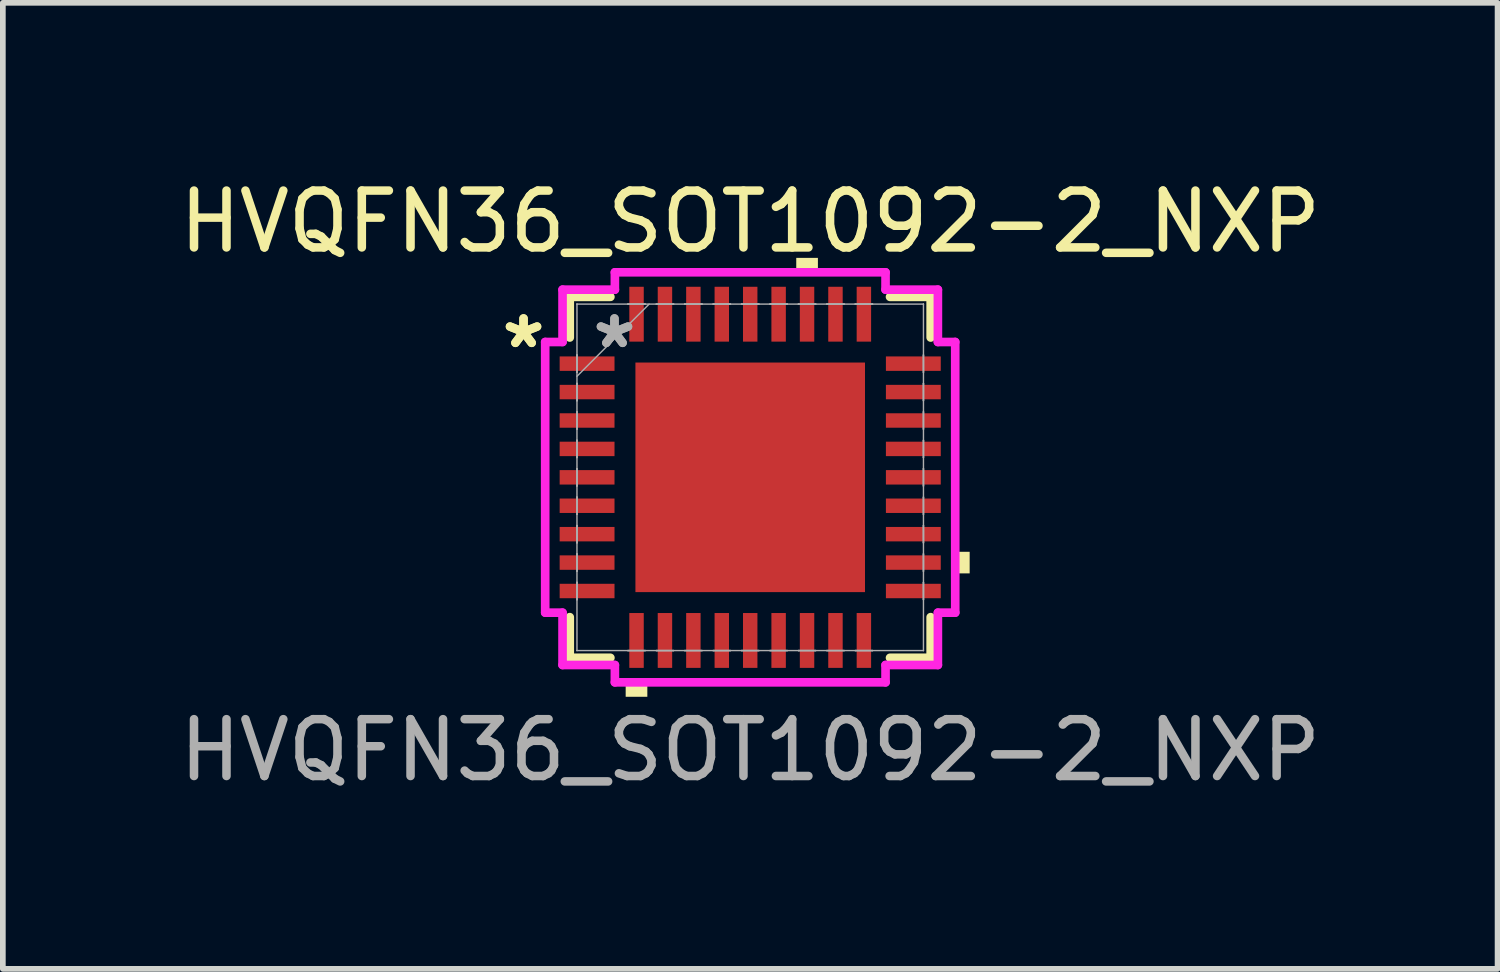
<source format=kicad_pcb>
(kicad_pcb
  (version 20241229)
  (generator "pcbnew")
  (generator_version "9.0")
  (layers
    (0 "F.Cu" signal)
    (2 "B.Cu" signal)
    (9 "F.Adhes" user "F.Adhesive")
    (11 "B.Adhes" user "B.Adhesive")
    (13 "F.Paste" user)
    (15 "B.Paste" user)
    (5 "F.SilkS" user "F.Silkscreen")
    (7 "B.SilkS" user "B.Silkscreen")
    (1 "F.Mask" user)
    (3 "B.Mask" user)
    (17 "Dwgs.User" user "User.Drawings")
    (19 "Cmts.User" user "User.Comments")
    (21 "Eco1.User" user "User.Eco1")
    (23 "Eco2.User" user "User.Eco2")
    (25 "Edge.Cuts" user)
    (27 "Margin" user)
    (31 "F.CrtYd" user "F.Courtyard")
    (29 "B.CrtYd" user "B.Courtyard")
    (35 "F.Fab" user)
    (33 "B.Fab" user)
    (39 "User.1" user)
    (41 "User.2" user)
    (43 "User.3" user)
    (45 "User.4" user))
  (footprint "HVQFN36_SOT1092-2_NXP"
    (layer "F.Cu")
    (at 10.149 5.348)
    (property "Reference" "HVQFN36_SOT1092-2_NXP" (at 0 -4.5 0) (unlocked yes) (layer "F.SilkS") (effects (font (size 1 1) (thickness 0.15))))
    (attr smd)
    (fp_line (start -3.175 -3.175) (end -3.175 -2.46) (stroke (width 0.152) (type solid)) (layer "F.SilkS"))
    (fp_line (start -3.175 2.46) (end -3.175 3.175) (stroke (width 0.152) (type solid)) (layer "F.SilkS"))
    (fp_line (start -3.175 3.175) (end -2.46 3.175) (stroke (width 0.152) (type solid)) (layer "F.SilkS"))
    (fp_line (start -2.46 -3.175) (end -3.175 -3.175) (stroke (width 0.152) (type solid)) (layer "F.SilkS"))
    (fp_line (start 2.46 3.175) (end 3.175 3.175) (stroke (width 0.152) (type solid)) (layer "F.SilkS"))
    (fp_line (start 3.175 -3.175) (end 2.46 -3.175) (stroke (width 0.152) (type solid)) (layer "F.SilkS"))
    (fp_line (start 3.175 -2.46) (end 3.175 -3.175) (stroke (width 0.152) (type solid)) (layer "F.SilkS"))
    (fp_line (start 3.175 3.175) (end 3.175 2.46) (stroke (width 0.152) (type solid)) (layer "F.SilkS"))
    (fp_poly (pts (xy -2.191 3.607) (xy -2.191 3.861) (xy -1.81 3.861) (xy -1.81 3.607)) (stroke (width 0) (type solid)) (fill yes) (layer "F.SilkS"))
    (fp_poly (pts (xy 0.81 -3.607) (xy 0.81 -3.861) (xy 1.191 -3.861) (xy 1.191 -3.607)) (stroke (width 0) (type solid)) (fill yes) (layer "F.SilkS"))
    (fp_poly (pts (xy 3.861 1.31) (xy 3.861 1.69) (xy 3.607 1.69) (xy 3.607 1.31)) (stroke (width 0) (type solid)) (fill yes) (layer "F.SilkS"))
    (fp_poly (pts (xy -1.919 -1.919) (xy -1.919 -0.773) (xy -0.773 -0.773) (xy -0.773 -1.919)) (stroke (width 0) (type solid)) (fill yes) (layer "F.Paste"))
    (fp_poly (pts (xy -1.919 -0.573) (xy -1.919 0.573) (xy -0.773 0.573) (xy -0.773 -0.573)) (stroke (width 0) (type solid)) (fill yes) (layer "F.Paste"))
    (fp_poly (pts (xy -1.919 0.773) (xy -1.919 1.919) (xy -0.773 1.919) (xy -0.773 0.773)) (stroke (width 0) (type solid)) (fill yes) (layer "F.Paste"))
    (fp_poly (pts (xy -0.573 -1.919) (xy -0.573 -0.773) (xy 0.573 -0.773) (xy 0.573 -1.919)) (stroke (width 0) (type solid)) (fill yes) (layer "F.Paste"))
    (fp_poly (pts (xy -0.573 -0.573) (xy -0.573 0.573) (xy 0.573 0.573) (xy 0.573 -0.573)) (stroke (width 0) (type solid)) (fill yes) (layer "F.Paste"))
    (fp_poly (pts (xy -0.573 0.773) (xy -0.573 1.919) (xy 0.573 1.919) (xy 0.573 0.773)) (stroke (width 0) (type solid)) (fill yes) (layer "F.Paste"))
    (fp_poly (pts (xy 0.773 -1.919) (xy 0.773 -0.773) (xy 1.919 -0.773) (xy 1.919 -1.919)) (stroke (width 0) (type solid)) (fill yes) (layer "F.Paste"))
    (fp_poly (pts (xy 0.773 -0.573) (xy 0.773 0.573) (xy 1.919 0.573) (xy 1.919 -0.573)) (stroke (width 0) (type solid)) (fill yes) (layer "F.Paste"))
    (fp_poly (pts (xy 0.773 0.773) (xy 0.773 1.919) (xy 1.919 1.919) (xy 1.919 0.773)) (stroke (width 0) (type solid)) (fill yes) (layer "F.Paste"))
    (fp_line (start -3.607 -2.381) (end -3.302 -2.381) (stroke (width 0.152) (type solid)) (layer "F.CrtYd"))
    (fp_line (start -3.607 2.381) (end -3.607 -2.381) (stroke (width 0.152) (type solid)) (layer "F.CrtYd"))
    (fp_line (start -3.302 -3.302) (end -2.381 -3.302) (stroke (width 0.152) (type solid)) (layer "F.CrtYd"))
    (fp_line (start -3.302 -2.381) (end -3.302 -3.302) (stroke (width 0.152) (type solid)) (layer "F.CrtYd"))
    (fp_line (start -3.302 2.381) (end -3.607 2.381) (stroke (width 0.152) (type solid)) (layer "F.CrtYd"))
    (fp_line (start -3.302 3.302) (end -3.302 2.381) (stroke (width 0.152) (type solid)) (layer "F.CrtYd"))
    (fp_line (start -2.381 -3.607) (end 2.381 -3.607) (stroke (width 0.152) (type solid)) (layer "F.CrtYd"))
    (fp_line (start -2.381 -3.302) (end -2.381 -3.607) (stroke (width 0.152) (type solid)) (layer "F.CrtYd"))
    (fp_line (start -2.381 3.302) (end -3.302 3.302) (stroke (width 0.152) (type solid)) (layer "F.CrtYd"))
    (fp_line (start -2.381 3.607) (end -2.381 3.302) (stroke (width 0.152) (type solid)) (layer "F.CrtYd"))
    (fp_line (start 2.381 -3.607) (end 2.381 -3.302) (stroke (width 0.152) (type solid)) (layer "F.CrtYd"))
    (fp_line (start 2.381 -3.302) (end 3.302 -3.302) (stroke (width 0.152) (type solid)) (layer "F.CrtYd"))
    (fp_line (start 2.381 3.302) (end 2.381 3.607) (stroke (width 0.152) (type solid)) (layer "F.CrtYd"))
    (fp_line (start 2.381 3.607) (end -2.381 3.607) (stroke (width 0.152) (type solid)) (layer "F.CrtYd"))
    (fp_line (start 3.302 -3.302) (end 3.302 -2.381) (stroke (width 0.152) (type solid)) (layer "F.CrtYd"))
    (fp_line (start 3.302 -2.381) (end 3.607 -2.381) (stroke (width 0.152) (type solid)) (layer "F.CrtYd"))
    (fp_line (start 3.302 2.381) (end 3.302 3.302) (stroke (width 0.152) (type solid)) (layer "F.CrtYd"))
    (fp_line (start 3.302 3.302) (end 2.381 3.302) (stroke (width 0.152) (type solid)) (layer "F.CrtYd"))
    (fp_line (start 3.607 -2.381) (end 3.607 2.381) (stroke (width 0.152) (type solid)) (layer "F.CrtYd"))
    (fp_line (start 3.607 2.381) (end 3.302 2.381) (stroke (width 0.152) (type solid)) (layer "F.CrtYd"))
    (fp_line (start -3.048 -3.048) (end -3.048 -3.048) (stroke (width 0.025) (type solid)) (layer "F.Fab"))
    (fp_line (start -3.048 -3.048) (end -3.048 3.048) (stroke (width 0.025) (type solid)) (layer "F.Fab"))
    (fp_line (start -3.048 -2.152) (end -3.048 -2.152) (stroke (width 0.025) (type solid)) (layer "F.Fab"))
    (fp_line (start -3.048 -2.152) (end -3.048 -1.848) (stroke (width 0.025) (type solid)) (layer "F.Fab"))
    (fp_line (start -3.048 -1.848) (end -3.048 -2.152) (stroke (width 0.025) (type solid)) (layer "F.Fab"))
    (fp_line (start -3.048 -1.848) (end -3.048 -1.848) (stroke (width 0.025) (type solid)) (layer "F.Fab"))
    (fp_line (start -3.048 -1.778) (end -1.778 -3.048) (stroke (width 0.025) (type solid)) (layer "F.Fab"))
    (fp_line (start -3.048 -1.652) (end -3.048 -1.652) (stroke (width 0.025) (type solid)) (layer "F.Fab"))
    (fp_line (start -3.048 -1.652) (end -3.048 -1.348) (stroke (width 0.025) (type solid)) (layer "F.Fab"))
    (fp_line (start -3.048 -1.348) (end -3.048 -1.652) (stroke (width 0.025) (type solid)) (layer "F.Fab"))
    (fp_line (start -3.048 -1.348) (end -3.048 -1.348) (stroke (width 0.025) (type solid)) (layer "F.Fab"))
    (fp_line (start -3.048 -1.152) (end -3.048 -1.152) (stroke (width 0.025) (type solid)) (layer "F.Fab"))
    (fp_line (start -3.048 -1.152) (end -3.048 -0.848) (stroke (width 0.025) (type solid)) (layer "F.Fab"))
    (fp_line (start -3.048 -0.848) (end -3.048 -1.152) (stroke (width 0.025) (type solid)) (layer "F.Fab"))
    (fp_line (start -3.048 -0.848) (end -3.048 -0.848) (stroke (width 0.025) (type solid)) (layer "F.Fab"))
    (fp_line (start -3.048 -0.652) (end -3.048 -0.652) (stroke (width 0.025) (type solid)) (layer "F.Fab"))
    (fp_line (start -3.048 -0.652) (end -3.048 -0.348) (stroke (width 0.025) (type solid)) (layer "F.Fab"))
    (fp_line (start -3.048 -0.348) (end -3.048 -0.652) (stroke (width 0.025) (type solid)) (layer "F.Fab"))
    (fp_line (start -3.048 -0.348) (end -3.048 -0.348) (stroke (width 0.025) (type solid)) (layer "F.Fab"))
    (fp_line (start -3.048 -0.152) (end -3.048 -0.152) (stroke (width 0.025) (type solid)) (layer "F.Fab"))
    (fp_line (start -3.048 -0.152) (end -3.048 0.152) (stroke (width 0.025) (type solid)) (layer "F.Fab"))
    (fp_line (start -3.048 0.152) (end -3.048 -0.152) (stroke (width 0.025) (type solid)) (layer "F.Fab"))
    (fp_line (start -3.048 0.152) (end -3.048 0.152) (stroke (width 0.025) (type solid)) (layer "F.Fab"))
    (fp_line (start -3.048 0.348) (end -3.048 0.348) (stroke (width 0.025) (type solid)) (layer "F.Fab"))
    (fp_line (start -3.048 0.348) (end -3.048 0.652) (stroke (width 0.025) (type solid)) (layer "F.Fab"))
    (fp_line (start -3.048 0.652) (end -3.048 0.348) (stroke (width 0.025) (type solid)) (layer "F.Fab"))
    (fp_line (start -3.048 0.652) (end -3.048 0.652) (stroke (width 0.025) (type solid)) (layer "F.Fab"))
    (fp_line (start -3.048 0.848) (end -3.048 0.848) (stroke (width 0.025) (type solid)) (layer "F.Fab"))
    (fp_line (start -3.048 0.848) (end -3.048 1.152) (stroke (width 0.025) (type solid)) (layer "F.Fab"))
    (fp_line (start -3.048 1.152) (end -3.048 0.848) (stroke (width 0.025) (type solid)) (layer "F.Fab"))
    (fp_line (start -3.048 1.152) (end -3.048 1.152) (stroke (width 0.025) (type solid)) (layer "F.Fab"))
    (fp_line (start -3.048 1.348) (end -3.048 1.348) (stroke (width 0.025) (type solid)) (layer "F.Fab"))
    (fp_line (start -3.048 1.348) (end -3.048 1.652) (stroke (width 0.025) (type solid)) (layer "F.Fab"))
    (fp_line (start -3.048 1.652) (end -3.048 1.348) (stroke (width 0.025) (type solid)) (layer "F.Fab"))
    (fp_line (start -3.048 1.652) (end -3.048 1.652) (stroke (width 0.025) (type solid)) (layer "F.Fab"))
    (fp_line (start -3.048 1.848) (end -3.048 1.848) (stroke (width 0.025) (type solid)) (layer "F.Fab"))
    (fp_line (start -3.048 1.848) (end -3.048 2.152) (stroke (width 0.025) (type solid)) (layer "F.Fab"))
    (fp_line (start -3.048 2.152) (end -3.048 1.848) (stroke (width 0.025) (type solid)) (layer "F.Fab"))
    (fp_line (start -3.048 2.152) (end -3.048 2.152) (stroke (width 0.025) (type solid)) (layer "F.Fab"))
    (fp_line (start -3.048 3.048) (end -3.048 3.048) (stroke (width 0.025) (type solid)) (layer "F.Fab"))
    (fp_line (start -3.048 3.048) (end 3.048 3.048) (stroke (width 0.025) (type solid)) (layer "F.Fab"))
    (fp_line (start -2.152 -3.048) (end -2.152 -3.048) (stroke (width 0.025) (type solid)) (layer "F.Fab"))
    (fp_line (start -2.152 -3.048) (end -1.848 -3.048) (stroke (width 0.025) (type solid)) (layer "F.Fab"))
    (fp_line (start -2.152 3.048) (end -2.152 3.048) (stroke (width 0.025) (type solid)) (layer "F.Fab"))
    (fp_line (start -2.152 3.048) (end -1.848 3.048) (stroke (width 0.025) (type solid)) (layer "F.Fab"))
    (fp_line (start -1.848 -3.048) (end -2.152 -3.048) (stroke (width 0.025) (type solid)) (layer "F.Fab"))
    (fp_line (start -1.848 -3.048) (end -1.848 -3.048) (stroke (width 0.025) (type solid)) (layer "F.Fab"))
    (fp_line (start -1.848 3.048) (end -2.152 3.048) (stroke (width 0.025) (type solid)) (layer "F.Fab"))
    (fp_line (start -1.848 3.048) (end -1.848 3.048) (stroke (width 0.025) (type solid)) (layer "F.Fab"))
    (fp_line (start -1.652 -3.048) (end -1.652 -3.048) (stroke (width 0.025) (type solid)) (layer "F.Fab"))
    (fp_line (start -1.652 -3.048) (end -1.348 -3.048) (stroke (width 0.025) (type solid)) (layer "F.Fab"))
    (fp_line (start -1.652 3.048) (end -1.652 3.048) (stroke (width 0.025) (type solid)) (layer "F.Fab"))
    (fp_line (start -1.652 3.048) (end -1.348 3.048) (stroke (width 0.025) (type solid)) (layer "F.Fab"))
    (fp_line (start -1.348 -3.048) (end -1.652 -3.048) (stroke (width 0.025) (type solid)) (layer "F.Fab"))
    (fp_line (start -1.348 -3.048) (end -1.348 -3.048) (stroke (width 0.025) (type solid)) (layer "F.Fab"))
    (fp_line (start -1.348 3.048) (end -1.652 3.048) (stroke (width 0.025) (type solid)) (layer "F.Fab"))
    (fp_line (start -1.348 3.048) (end -1.348 3.048) (stroke (width 0.025) (type solid)) (layer "F.Fab"))
    (fp_line (start -1.152 -3.048) (end -1.152 -3.048) (stroke (width 0.025) (type solid)) (layer "F.Fab"))
    (fp_line (start -1.152 -3.048) (end -0.848 -3.048) (stroke (width 0.025) (type solid)) (layer "F.Fab"))
    (fp_line (start -1.152 3.048) (end -1.152 3.048) (stroke (width 0.025) (type solid)) (layer "F.Fab"))
    (fp_line (start -1.152 3.048) (end -0.848 3.048) (stroke (width 0.025) (type solid)) (layer "F.Fab"))
    (fp_line (start -0.848 -3.048) (end -1.152 -3.048) (stroke (width 0.025) (type solid)) (layer "F.Fab"))
    (fp_line (start -0.848 -3.048) (end -0.848 -3.048) (stroke (width 0.025) (type solid)) (layer "F.Fab"))
    (fp_line (start -0.848 3.048) (end -1.152 3.048) (stroke (width 0.025) (type solid)) (layer "F.Fab"))
    (fp_line (start -0.848 3.048) (end -0.848 3.048) (stroke (width 0.025) (type solid)) (layer "F.Fab"))
    (fp_line (start -0.652 -3.048) (end -0.652 -3.048) (stroke (width 0.025) (type solid)) (layer "F.Fab"))
    (fp_line (start -0.652 -3.048) (end -0.348 -3.048) (stroke (width 0.025) (type solid)) (layer "F.Fab"))
    (fp_line (start -0.652 3.048) (end -0.652 3.048) (stroke (width 0.025) (type solid)) (layer "F.Fab"))
    (fp_line (start -0.652 3.048) (end -0.348 3.048) (stroke (width 0.025) (type solid)) (layer "F.Fab"))
    (fp_line (start -0.348 -3.048) (end -0.652 -3.048) (stroke (width 0.025) (type solid)) (layer "F.Fab"))
    (fp_line (start -0.348 -3.048) (end -0.348 -3.048) (stroke (width 0.025) (type solid)) (layer "F.Fab"))
    (fp_line (start -0.348 3.048) (end -0.652 3.048) (stroke (width 0.025) (type solid)) (layer "F.Fab"))
    (fp_line (start -0.348 3.048) (end -0.348 3.048) (stroke (width 0.025) (type solid)) (layer "F.Fab"))
    (fp_line (start -0.152 -3.048) (end -0.152 -3.048) (stroke (width 0.025) (type solid)) (layer "F.Fab"))
    (fp_line (start -0.152 -3.048) (end 0.152 -3.048) (stroke (width 0.025) (type solid)) (layer "F.Fab"))
    (fp_line (start -0.152 3.048) (end -0.152 3.048) (stroke (width 0.025) (type solid)) (layer "F.Fab"))
    (fp_line (start -0.152 3.048) (end 0.152 3.048) (stroke (width 0.025) (type solid)) (layer "F.Fab"))
    (fp_line (start 0.152 -3.048) (end -0.152 -3.048) (stroke (width 0.025) (type solid)) (layer "F.Fab"))
    (fp_line (start 0.152 -3.048) (end 0.152 -3.048) (stroke (width 0.025) (type solid)) (layer "F.Fab"))
    (fp_line (start 0.152 3.048) (end -0.152 3.048) (stroke (width 0.025) (type solid)) (layer "F.Fab"))
    (fp_line (start 0.152 3.048) (end 0.152 3.048) (stroke (width 0.025) (type solid)) (layer "F.Fab"))
    (fp_line (start 0.348 -3.048) (end 0.348 -3.048) (stroke (width 0.025) (type solid)) (layer "F.Fab"))
    (fp_line (start 0.348 -3.048) (end 0.652 -3.048) (stroke (width 0.025) (type solid)) (layer "F.Fab"))
    (fp_line (start 0.348 3.048) (end 0.348 3.048) (stroke (width 0.025) (type solid)) (layer "F.Fab"))
    (fp_line (start 0.348 3.048) (end 0.652 3.048) (stroke (width 0.025) (type solid)) (layer "F.Fab"))
    (fp_line (start 0.652 -3.048) (end 0.348 -3.048) (stroke (width 0.025) (type solid)) (layer "F.Fab"))
    (fp_line (start 0.652 -3.048) (end 0.652 -3.048) (stroke (width 0.025) (type solid)) (layer "F.Fab"))
    (fp_line (start 0.652 3.048) (end 0.348 3.048) (stroke (width 0.025) (type solid)) (layer "F.Fab"))
    (fp_line (start 0.652 3.048) (end 0.652 3.048) (stroke (width 0.025) (type solid)) (layer "F.Fab"))
    (fp_line (start 0.848 -3.048) (end 0.848 -3.048) (stroke (width 0.025) (type solid)) (layer "F.Fab"))
    (fp_line (start 0.848 -3.048) (end 1.152 -3.048) (stroke (width 0.025) (type solid)) (layer "F.Fab"))
    (fp_line (start 0.848 3.048) (end 0.848 3.048) (stroke (width 0.025) (type solid)) (layer "F.Fab"))
    (fp_line (start 0.848 3.048) (end 1.152 3.048) (stroke (width 0.025) (type solid)) (layer "F.Fab"))
    (fp_line (start 1.152 -3.048) (end 0.848 -3.048) (stroke (width 0.025) (type solid)) (layer "F.Fab"))
    (fp_line (start 1.152 -3.048) (end 1.152 -3.048) (stroke (width 0.025) (type solid)) (layer "F.Fab"))
    (fp_line (start 1.152 3.048) (end 0.848 3.048) (stroke (width 0.025) (type solid)) (layer "F.Fab"))
    (fp_line (start 1.152 3.048) (end 1.152 3.048) (stroke (width 0.025) (type solid)) (layer "F.Fab"))
    (fp_line (start 1.348 -3.048) (end 1.348 -3.048) (stroke (width 0.025) (type solid)) (layer "F.Fab"))
    (fp_line (start 1.348 -3.048) (end 1.652 -3.048) (stroke (width 0.025) (type solid)) (layer "F.Fab"))
    (fp_line (start 1.348 3.048) (end 1.348 3.048) (stroke (width 0.025) (type solid)) (layer "F.Fab"))
    (fp_line (start 1.348 3.048) (end 1.652 3.048) (stroke (width 0.025) (type solid)) (layer "F.Fab"))
    (fp_line (start 1.652 -3.048) (end 1.348 -3.048) (stroke (width 0.025) (type solid)) (layer "F.Fab"))
    (fp_line (start 1.652 -3.048) (end 1.652 -3.048) (stroke (width 0.025) (type solid)) (layer "F.Fab"))
    (fp_line (start 1.652 3.048) (end 1.348 3.048) (stroke (width 0.025) (type solid)) (layer "F.Fab"))
    (fp_line (start 1.652 3.048) (end 1.652 3.048) (stroke (width 0.025) (type solid)) (layer "F.Fab"))
    (fp_line (start 1.848 -3.048) (end 1.848 -3.048) (stroke (width 0.025) (type solid)) (layer "F.Fab"))
    (fp_line (start 1.848 -3.048) (end 2.152 -3.048) (stroke (width 0.025) (type solid)) (layer "F.Fab"))
    (fp_line (start 1.848 3.048) (end 1.848 3.048) (stroke (width 0.025) (type solid)) (layer "F.Fab"))
    (fp_line (start 1.848 3.048) (end 2.152 3.048) (stroke (width 0.025) (type solid)) (layer "F.Fab"))
    (fp_line (start 2.152 -3.048) (end 1.848 -3.048) (stroke (width 0.025) (type solid)) (layer "F.Fab"))
    (fp_line (start 2.152 -3.048) (end 2.152 -3.048) (stroke (width 0.025) (type solid)) (layer "F.Fab"))
    (fp_line (start 2.152 3.048) (end 1.848 3.048) (stroke (width 0.025) (type solid)) (layer "F.Fab"))
    (fp_line (start 2.152 3.048) (end 2.152 3.048) (stroke (width 0.025) (type solid)) (layer "F.Fab"))
    (fp_line (start 3.048 -3.048) (end -3.048 -3.048) (stroke (width 0.025) (type solid)) (layer "F.Fab"))
    (fp_line (start 3.048 -3.048) (end 3.048 -3.048) (stroke (width 0.025) (type solid)) (layer "F.Fab"))
    (fp_line (start 3.048 -2.152) (end 3.048 -2.152) (stroke (width 0.025) (type solid)) (layer "F.Fab"))
    (fp_line (start 3.048 -2.152) (end 3.048 -1.848) (stroke (width 0.025) (type solid)) (layer "F.Fab"))
    (fp_line (start 3.048 -1.848) (end 3.048 -2.152) (stroke (width 0.025) (type solid)) (layer "F.Fab"))
    (fp_line (start 3.048 -1.848) (end 3.048 -1.848) (stroke (width 0.025) (type solid)) (layer "F.Fab"))
    (fp_line (start 3.048 -1.652) (end 3.048 -1.652) (stroke (width 0.025) (type solid)) (layer "F.Fab"))
    (fp_line (start 3.048 -1.652) (end 3.048 -1.348) (stroke (width 0.025) (type solid)) (layer "F.Fab"))
    (fp_line (start 3.048 -1.348) (end 3.048 -1.652) (stroke (width 0.025) (type solid)) (layer "F.Fab"))
    (fp_line (start 3.048 -1.348) (end 3.048 -1.348) (stroke (width 0.025) (type solid)) (layer "F.Fab"))
    (fp_line (start 3.048 -1.152) (end 3.048 -1.152) (stroke (width 0.025) (type solid)) (layer "F.Fab"))
    (fp_line (start 3.048 -1.152) (end 3.048 -0.848) (stroke (width 0.025) (type solid)) (layer "F.Fab"))
    (fp_line (start 3.048 -0.848) (end 3.048 -1.152) (stroke (width 0.025) (type solid)) (layer "F.Fab"))
    (fp_line (start 3.048 -0.848) (end 3.048 -0.848) (stroke (width 0.025) (type solid)) (layer "F.Fab"))
    (fp_line (start 3.048 -0.652) (end 3.048 -0.652) (stroke (width 0.025) (type solid)) (layer "F.Fab"))
    (fp_line (start 3.048 -0.652) (end 3.048 -0.348) (stroke (width 0.025) (type solid)) (layer "F.Fab"))
    (fp_line (start 3.048 -0.348) (end 3.048 -0.652) (stroke (width 0.025) (type solid)) (layer "F.Fab"))
    (fp_line (start 3.048 -0.348) (end 3.048 -0.348) (stroke (width 0.025) (type solid)) (layer "F.Fab"))
    (fp_line (start 3.048 -0.152) (end 3.048 -0.152) (stroke (width 0.025) (type solid)) (layer "F.Fab"))
    (fp_line (start 3.048 -0.152) (end 3.048 0.152) (stroke (width 0.025) (type solid)) (layer "F.Fab"))
    (fp_line (start 3.048 0.152) (end 3.048 -0.152) (stroke (width 0.025) (type solid)) (layer "F.Fab"))
    (fp_line (start 3.048 0.152) (end 3.048 0.152) (stroke (width 0.025) (type solid)) (layer "F.Fab"))
    (fp_line (start 3.048 0.348) (end 3.048 0.348) (stroke (width 0.025) (type solid)) (layer "F.Fab"))
    (fp_line (start 3.048 0.348) (end 3.048 0.652) (stroke (width 0.025) (type solid)) (layer "F.Fab"))
    (fp_line (start 3.048 0.652) (end 3.048 0.348) (stroke (width 0.025) (type solid)) (layer "F.Fab"))
    (fp_line (start 3.048 0.652) (end 3.048 0.652) (stroke (width 0.025) (type solid)) (layer "F.Fab"))
    (fp_line (start 3.048 0.848) (end 3.048 0.848) (stroke (width 0.025) (type solid)) (layer "F.Fab"))
    (fp_line (start 3.048 0.848) (end 3.048 1.152) (stroke (width 0.025) (type solid)) (layer "F.Fab"))
    (fp_line (start 3.048 1.152) (end 3.048 0.848) (stroke (width 0.025) (type solid)) (layer "F.Fab"))
    (fp_line (start 3.048 1.152) (end 3.048 1.152) (stroke (width 0.025) (type solid)) (layer "F.Fab"))
    (fp_line (start 3.048 1.348) (end 3.048 1.348) (stroke (width 0.025) (type solid)) (layer "F.Fab"))
    (fp_line (start 3.048 1.348) (end 3.048 1.652) (stroke (width 0.025) (type solid)) (layer "F.Fab"))
    (fp_line (start 3.048 1.652) (end 3.048 1.348) (stroke (width 0.025) (type solid)) (layer "F.Fab"))
    (fp_line (start 3.048 1.652) (end 3.048 1.652) (stroke (width 0.025) (type solid)) (layer "F.Fab"))
    (fp_line (start 3.048 1.848) (end 3.048 1.848) (stroke (width 0.025) (type solid)) (layer "F.Fab"))
    (fp_line (start 3.048 1.848) (end 3.048 2.152) (stroke (width 0.025) (type solid)) (layer "F.Fab"))
    (fp_line (start 3.048 2.152) (end 3.048 1.848) (stroke (width 0.025) (type solid)) (layer "F.Fab"))
    (fp_line (start 3.048 2.152) (end 3.048 2.152) (stroke (width 0.025) (type solid)) (layer "F.Fab"))
    (fp_line (start 3.048 3.048) (end 3.048 -3.048) (stroke (width 0.025) (type solid)) (layer "F.Fab"))
    (fp_line (start 3.048 3.048) (end 3.048 3.048) (stroke (width 0.025) (type solid)) (layer "F.Fab"))
    (fp_text user "*" (at -3.988 -2.25 0) (layer "F.SilkS") (effects (font (size 1 1) (thickness 0.15))))
    (fp_text user "*" (at -3.988 -2.25 0) (unlocked yes) (layer "F.SilkS") (effects (font (size 1 1) (thickness 0.15))))
    (fp_text user "*" (at -2.388 -2.25 0) (layer "F.Fab") (effects (font (size 1 1) (thickness 0.15))))
    (fp_text user "*" (at -2.388 -2.25 0) (unlocked yes) (layer "F.Fab") (effects (font (size 1 1) (thickness 0.15))))
    (fp_text user "${REFERENCE}" (at 0 4.8 0) (unlocked yes) (layer "F.Fab") (effects (font (size 1 1) (thickness 0.15))))
    (pad "1" smd rect (at -2.87 -2 90) (size 0.254 0.965) (layers "F.Cu" "F.Mask" "F.Paste"))
    (pad "2" smd rect (at -2.87 -1.5 90) (size 0.254 0.965) (layers "F.Cu" "F.Mask" "F.Paste"))
    (pad "3" smd rect (at -2.87 -1 90) (size 0.254 0.965) (layers "F.Cu" "F.Mask" "F.Paste"))
    (pad "4" smd rect (at -2.87 -0.5 90) (size 0.254 0.965) (layers "F.Cu" "F.Mask" "F.Paste"))
    (pad "5" smd rect (at -2.87 0 90) (size 0.254 0.965) (layers "F.Cu" "F.Mask" "F.Paste"))
    (pad "6" smd rect (at -2.87 0.5 90) (size 0.254 0.965) (layers "F.Cu" "F.Mask" "F.Paste"))
    (pad "7" smd rect (at -2.87 1 90) (size 0.254 0.965) (layers "F.Cu" "F.Mask" "F.Paste"))
    (pad "8" smd rect (at -2.87 1.5 90) (size 0.254 0.965) (layers "F.Cu" "F.Mask" "F.Paste"))
    (pad "9" smd rect (at -2.87 2 90) (size 0.254 0.965) (layers "F.Cu" "F.Mask" "F.Paste"))
    (pad "10" smd rect (at -2 2.87) (size 0.254 0.965) (layers "F.Cu" "F.Mask" "F.Paste"))
    (pad "11" smd rect (at -1.5 2.87) (size 0.254 0.965) (layers "F.Cu" "F.Mask" "F.Paste"))
    (pad "12" smd rect (at -1 2.87) (size 0.254 0.965) (layers "F.Cu" "F.Mask" "F.Paste"))
    (pad "13" smd rect (at -0.5 2.87) (size 0.254 0.965) (layers "F.Cu" "F.Mask" "F.Paste"))
    (pad "14" smd rect (at 0 2.87) (size 0.254 0.965) (layers "F.Cu" "F.Mask" "F.Paste"))
    (pad "15" smd rect (at 0.5 2.87) (size 0.254 0.965) (layers "F.Cu" "F.Mask" "F.Paste"))
    (pad "16" smd rect (at 1 2.87) (size 0.254 0.965) (layers "F.Cu" "F.Mask" "F.Paste"))
    (pad "17" smd rect (at 1.5 2.87) (size 0.254 0.965) (layers "F.Cu" "F.Mask" "F.Paste"))
    (pad "18" smd rect (at 2 2.87) (size 0.254 0.965) (layers "F.Cu" "F.Mask" "F.Paste"))
    (pad "19" smd rect (at 2.87 2 90) (size 0.254 0.965) (layers "F.Cu" "F.Mask" "F.Paste"))
    (pad "20" smd rect (at 2.87 1.5 90) (size 0.254 0.965) (layers "F.Cu" "F.Mask" "F.Paste"))
    (pad "21" smd rect (at 2.87 1 90) (size 0.254 0.965) (layers "F.Cu" "F.Mask" "F.Paste"))
    (pad "22" smd rect (at 2.87 0.5 90) (size 0.254 0.965) (layers "F.Cu" "F.Mask" "F.Paste"))
    (pad "23" smd rect (at 2.87 0 90) (size 0.254 0.965) (layers "F.Cu" "F.Mask" "F.Paste"))
    (pad "24" smd rect (at 2.87 -0.5 90) (size 0.254 0.965) (layers "F.Cu" "F.Mask" "F.Paste"))
    (pad "25" smd rect (at 2.87 -1 90) (size 0.254 0.965) (layers "F.Cu" "F.Mask" "F.Paste"))
    (pad "26" smd rect (at 2.87 -1.5 90) (size 0.254 0.965) (layers "F.Cu" "F.Mask" "F.Paste"))
    (pad "27" smd rect (at 2.87 -2 90) (size 0.254 0.965) (layers "F.Cu" "F.Mask" "F.Paste"))
    (pad "28" smd rect (at 2 -2.87) (size 0.254 0.965) (layers "F.Cu" "F.Mask" "F.Paste"))
    (pad "29" smd rect (at 1.5 -2.87) (size 0.254 0.965) (layers "F.Cu" "F.Mask" "F.Paste"))
    (pad "30" smd rect (at 1 -2.87) (size 0.254 0.965) (layers "F.Cu" "F.Mask" "F.Paste"))
    (pad "31" smd rect (at 0.5 -2.87) (size 0.254 0.965) (layers "F.Cu" "F.Mask" "F.Paste"))
    (pad "32" smd rect (at 0 -2.87) (size 0.254 0.965) (layers "F.Cu" "F.Mask" "F.Paste"))
    (pad "33" smd rect (at -0.5 -2.87) (size 0.254 0.965) (layers "F.Cu" "F.Mask" "F.Paste"))
    (pad "34" smd rect (at -1 -2.87) (size 0.254 0.965) (layers "F.Cu" "F.Mask" "F.Paste"))
    (pad "35" smd rect (at -1.5 -2.87) (size 0.254 0.965) (layers "F.Cu" "F.Mask" "F.Paste"))
    (pad "36" smd rect (at -2 -2.87) (size 0.254 0.965) (layers "F.Cu" "F.Mask" "F.Paste"))
    (pad "37" smd rect (at 0 0) (size 4.039 4.039) (layers "F.Cu" "F.Mask" "F.Paste")))
  (gr_rect
    (start -3 -3)
    (end 23.298 13.996)
    (stroke (width 0.1) (type default))
    (fill no)
    (layer "Edge.Cuts")))
</source>
